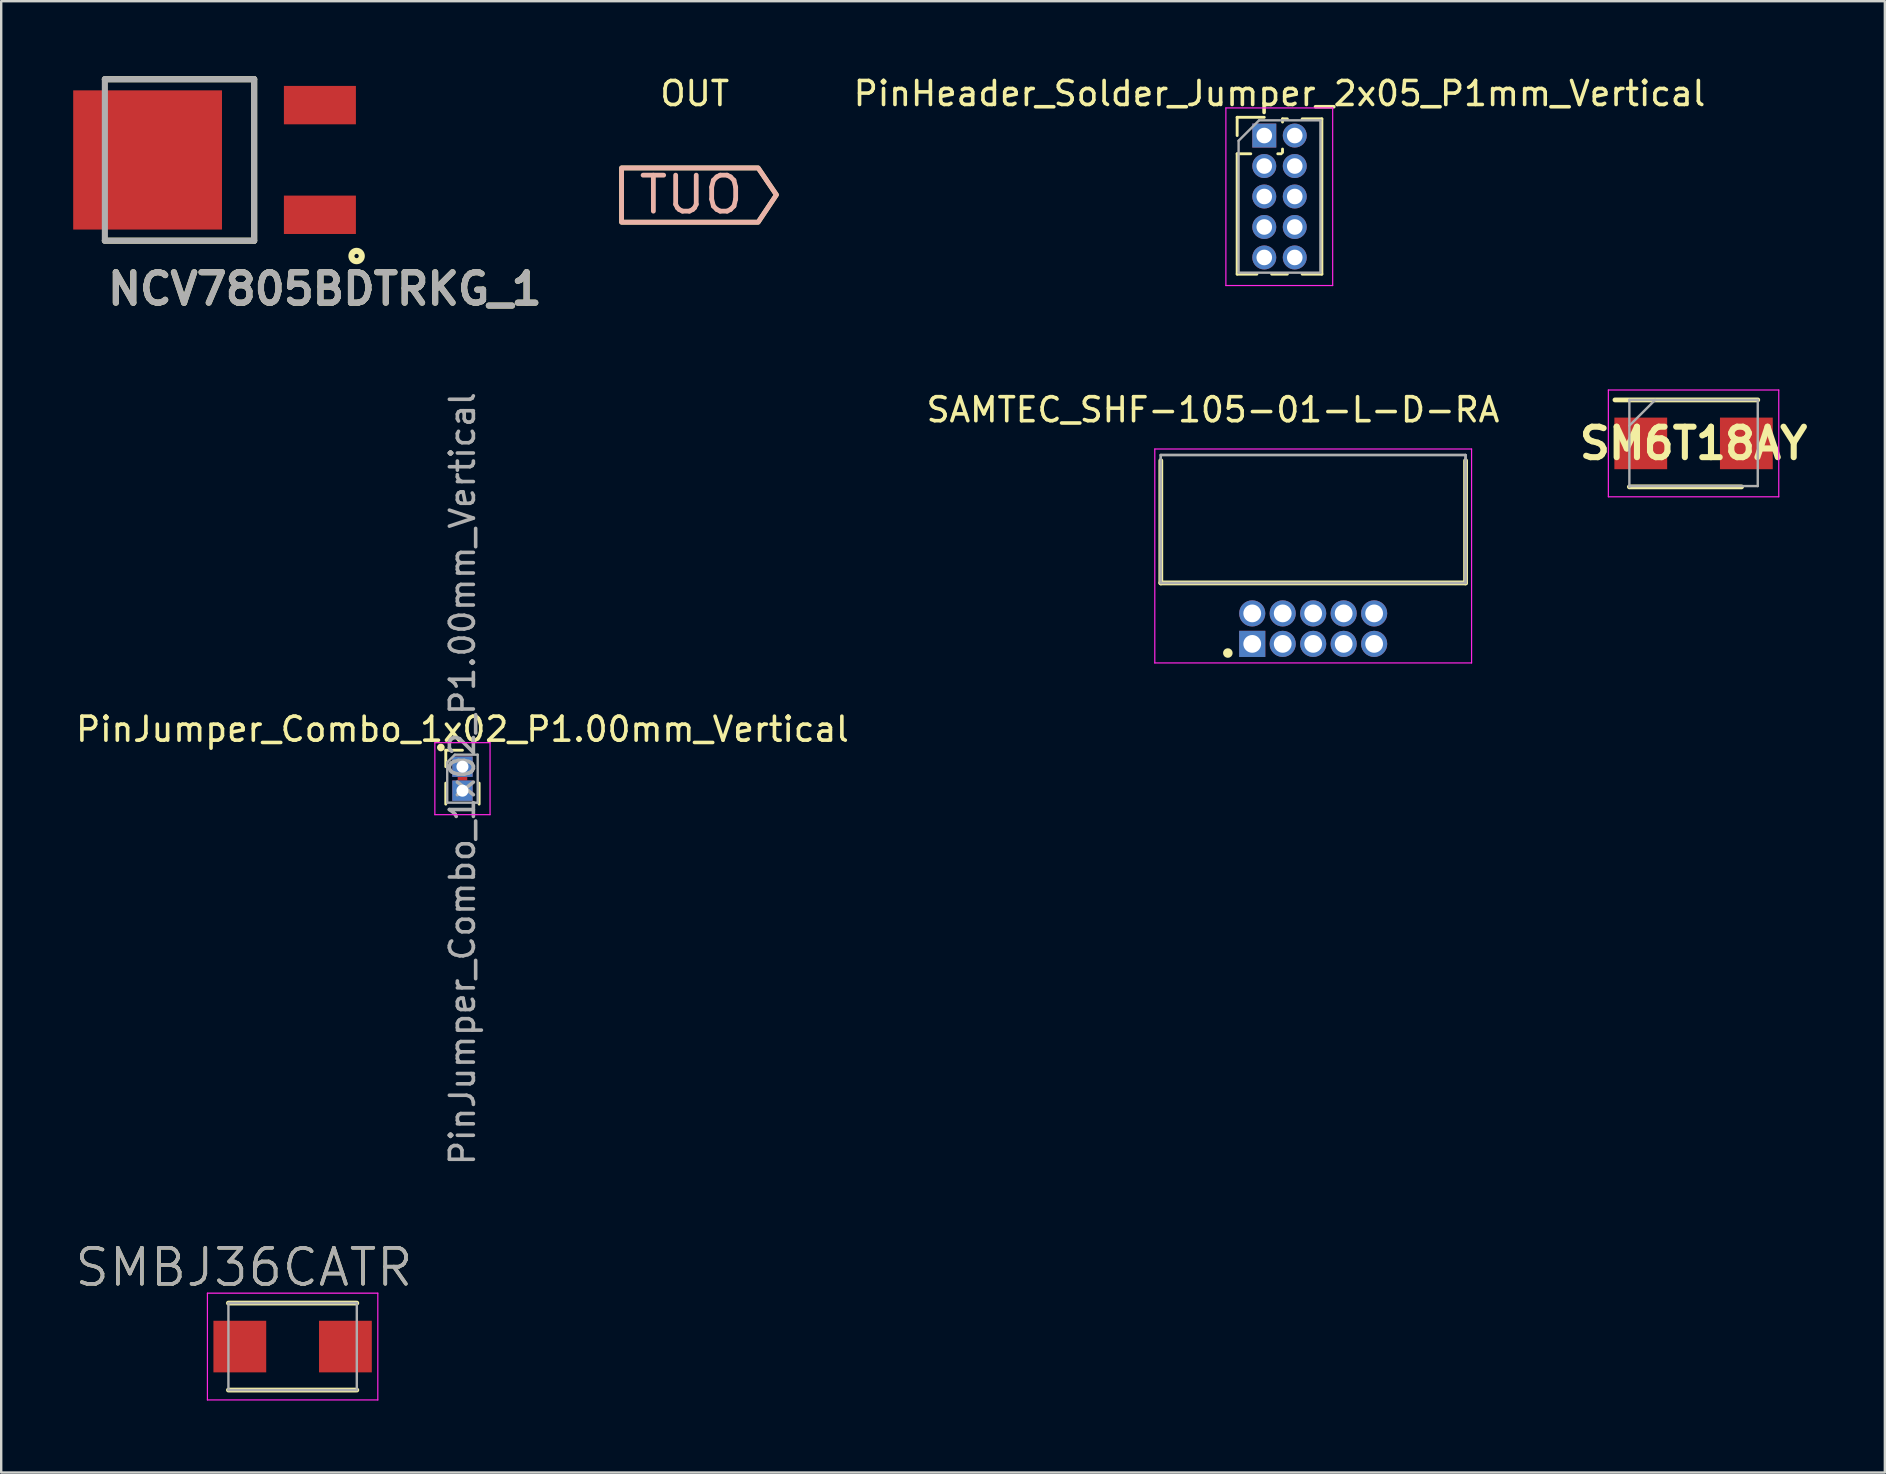
<source format=kicad_pcb>
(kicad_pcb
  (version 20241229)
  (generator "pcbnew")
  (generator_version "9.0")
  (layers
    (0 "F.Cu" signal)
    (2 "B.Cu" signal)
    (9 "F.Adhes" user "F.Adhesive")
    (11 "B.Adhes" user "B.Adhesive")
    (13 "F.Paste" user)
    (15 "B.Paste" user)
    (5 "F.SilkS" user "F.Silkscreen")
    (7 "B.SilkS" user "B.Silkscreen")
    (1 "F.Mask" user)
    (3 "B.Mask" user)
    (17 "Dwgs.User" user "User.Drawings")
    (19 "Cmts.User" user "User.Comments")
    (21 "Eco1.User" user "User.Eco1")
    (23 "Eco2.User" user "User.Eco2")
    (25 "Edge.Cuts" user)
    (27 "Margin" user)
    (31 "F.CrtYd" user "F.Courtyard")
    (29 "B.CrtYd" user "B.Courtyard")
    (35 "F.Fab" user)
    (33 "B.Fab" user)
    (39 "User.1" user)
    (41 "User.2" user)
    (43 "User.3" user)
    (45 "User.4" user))
  (footprint "SAMTEC_SHF-105-01-L-D-RA"
    (layer "F.Cu")
    (at 51.669 23.145)
    (property "Reference" "SAMTEC_SHF-105-01-L-D-RA" (at -4.175 -9.12 0) (layer "F.SilkS") (effects (font (size 1 1) (thickness 0.15))))
    (attr through_hole)
    (fp_line (start -6.35 -1.905) (end -6.35 -7) (stroke (width 0.2) (type solid)) (layer "F.SilkS"))
    (fp_line (start 6.35 -7) (end 6.35 -1.905) (stroke (width 0.2) (type solid)) (layer "F.SilkS"))
    (fp_line (start 6.35 -1.905) (end -6.35 -1.905) (stroke (width 0.2) (type solid)) (layer "F.SilkS"))
    (fp_circle (center -3.556 1.016) (end -3.456 1.016) (stroke (width 0.2) (type solid)) (fill no) (layer "F.SilkS"))
    (fp_line (start -6.6 -7.485) (end 6.6 -7.485) (stroke (width 0.05) (type solid)) (layer "F.CrtYd"))
    (fp_line (start -6.6 1.43) (end -6.6 -7.485) (stroke (width 0.05) (type solid)) (layer "F.CrtYd"))
    (fp_line (start 6.6 -7.485) (end 6.6 1.43) (stroke (width 0.05) (type solid)) (layer "F.CrtYd"))
    (fp_line (start 6.6 1.43) (end -6.6 1.43) (stroke (width 0.05) (type solid)) (layer "F.CrtYd"))
    (fp_line (start -6.35 -7.235) (end 6.35 -7.235) (stroke (width 0.1) (type solid)) (layer "F.Fab"))
    (fp_line (start -6.35 -7.235) (end 6.35 -7.235) (stroke (width 0.1) (type solid)) (layer "F.Fab"))
    (fp_line (start -6.35 -1.905) (end -6.35 -7.235) (stroke (width 0.1) (type solid)) (layer "F.Fab"))
    (fp_line (start -6.35 -1.905) (end -6.35 -7.235) (stroke (width 0.1) (type solid)) (layer "F.Fab"))
    (fp_line (start 6.35 -7.235) (end 6.35 -1.905) (stroke (width 0.1) (type solid)) (layer "F.Fab"))
    (fp_line (start 6.35 -7.235) (end 6.35 -1.905) (stroke (width 0.1) (type solid)) (layer "F.Fab"))
    (fp_line (start 6.35 -1.905) (end -6.35 -1.905) (stroke (width 0.1) (type solid)) (layer "F.Fab"))
    (pad "1" thru_hole rect (at -2.54 0.635) (size 1.09 1.09) (drill 0.74) (layers "*.Cu" "*.Mask"))
    (pad "2" thru_hole circle (at -2.54 -0.635) (size 1.09 1.09) (drill 0.74) (layers "*.Cu" "*.Mask"))
    (pad "3" thru_hole circle (at -1.27 0.635) (size 1.09 1.09) (drill 0.74) (layers "*.Cu" "*.Mask"))
    (pad "4" thru_hole circle (at -1.27 -0.635) (size 1.09 1.09) (drill 0.74) (layers "*.Cu" "*.Mask"))
    (pad "5" thru_hole circle (at 0 0.635) (size 1.09 1.09) (drill 0.74) (layers "*.Cu" "*.Mask"))
    (pad "6" thru_hole circle (at 0 -0.635) (size 1.09 1.09) (drill 0.74) (layers "*.Cu" "*.Mask"))
    (pad "7" thru_hole circle (at 1.27 0.635) (size 1.09 1.09) (drill 0.74) (layers "*.Cu" "*.Mask"))
    (pad "8" thru_hole circle (at 1.27 -0.635) (size 1.09 1.09) (drill 0.74) (layers "*.Cu" "*.Mask"))
    (pad "9" thru_hole circle (at 2.54 0.635) (size 1.09 1.09) (drill 0.74) (layers "*.Cu" "*.Mask"))
    (pad "10" thru_hole circle (at 2.54 -0.635) (size 1.09 1.09) (drill 0.74) (layers "*.Cu" "*.Mask")))
  (footprint "SM6T18AY"
    (layer "F.Cu")
    (at 67.519 15.426)
    (property "Reference" "SM6T18AY" (at 0 0 0) (layer "F.SilkS") (effects (font (size 1.27 1.27) (thickness 0.254))))
    (attr smd)
    (fp_line (start -2.675 1.812) (end 2 1.812) (stroke (width 0.2) (type solid)) (layer "F.SilkS"))
    (fp_line (start 2.675 -1.812) (end -3.275 -1.812) (stroke (width 0.2) (type solid)) (layer "F.SilkS"))
    (fp_line (start -3.55 -2.225) (end 3.55 -2.225) (stroke (width 0.05) (type solid)) (layer "F.CrtYd"))
    (fp_line (start -3.55 2.225) (end -3.55 -2.225) (stroke (width 0.05) (type solid)) (layer "F.CrtYd"))
    (fp_line (start 3.55 -2.225) (end 3.55 2.225) (stroke (width 0.05) (type solid)) (layer "F.CrtYd"))
    (fp_line (start 3.55 2.225) (end -3.55 2.225) (stroke (width 0.05) (type solid)) (layer "F.CrtYd"))
    (fp_line (start -2.675 -1.812) (end 2.675 -1.812) (stroke (width 0.1) (type solid)) (layer "F.Fab"))
    (fp_line (start -2.675 -0.738) (end -1.6 -1.812) (stroke (width 0.1) (type solid)) (layer "F.Fab"))
    (fp_line (start -2.675 1.812) (end -2.675 -1.812) (stroke (width 0.1) (type solid)) (layer "F.Fab"))
    (fp_line (start 2.675 -1.812) (end 2.675 1.778) (stroke (width 0.1) (type solid)) (layer "F.Fab"))
    (fp_line (start 2.675 1.778) (end -2.675 1.778) (stroke (width 0.1) (type solid)) (layer "F.Fab"))
    (pad "1" smd rect (at -2.2 0 90) (size 2.15 2.2) (layers "F.Cu" "F.Mask" "F.Paste"))
    (pad "2" smd rect (at 2.2 0 90) (size 2.15 2.2) (layers "F.Cu" "F.Mask" "F.Paste")))
  (footprint "NCV7805BDTRKG_1"
    (layer "F.Cu")
    (at 7.54 0.25)
    (property "Reference" "NCV7805BDTRKG_1" (at 2.946 8.738 0) (layer "F.SilkS") (effects (font (size 1.27 1.27) (thickness 0.254))))
    (attr smd)
    (fp_line (start -6.22 0) (end 0 0) (stroke (width 0.254) (type solid)) (layer "F.SilkS"))
    (fp_line (start 0 0) (end 0 6.73) (stroke (width 0.254) (type solid)) (layer "F.SilkS"))
    (fp_line (start 0 6.73) (end -6.22 6.73) (stroke (width 0.254) (type solid)) (layer "F.SilkS"))
    (fp_circle (center 4.269 7.368) (end 4.269 7.457) (stroke (width 0.254) (type solid)) (fill no) (layer "F.SilkS"))
    (fp_line (start -6.22 0) (end 0 0) (stroke (width 0.254) (type solid)) (layer "F.Fab"))
    (fp_line (start -6.22 6.73) (end -6.22 0) (stroke (width 0.254) (type solid)) (layer "F.Fab"))
    (fp_line (start 0 0) (end 0 6.73) (stroke (width 0.254) (type solid)) (layer "F.Fab"))
    (fp_line (start 0 6.73) (end -6.22 6.73) (stroke (width 0.254) (type solid)) (layer "F.Fab"))
    (fp_text user "${REFERENCE}" (at 2.946 8.738 0) (layer "F.Fab") (effects (font (size 1.27 1.27) (thickness 0.254))))
    (pad "1" smd rect (at 2.74 5.65 90) (size 1.6 3) (layers "F.Cu" "F.Mask" "F.Paste"))
    (pad "2" smd rect (at 2.74 1.08 90) (size 1.6 3) (layers "F.Cu" "F.Mask" "F.Paste"))
    (pad "3" smd rect (at -4.44 3.365 90) (size 5.8 6.2) (layers "F.Cu" "F.Mask" "F.Paste")))
  (footprint "PinHeader_Solder_Jumper_2x05_P1mm_Vertical"
    (layer "F.Cu")
    (at 49.631 2.598)
    (property "Reference" "PinHeader_Solder_Jumper_2x05_P1mm_Vertical" (at 0.635 -1.75 0) (layer "F.SilkS") (effects (font (size 1 1) (thickness 0.15))))
    (attr through_hole)
    (fp_line (start -1.13 -0.76) (end 0 -0.76) (stroke (width 0.12) (type solid)) (layer "F.SilkS"))
    (fp_line (start -1.13 0) (end -1.13 -0.76) (stroke (width 0.12) (type solid)) (layer "F.SilkS"))
    (fp_line (start -1.13 0.76) (end -1.13 5.775) (stroke (width 0.12) (type solid)) (layer "F.SilkS"))
    (fp_line (start -1.13 0.76) (end -0.563 0.76) (stroke (width 0.12) (type solid)) (layer "F.SilkS"))
    (fp_line (start -1.13 5.775) (end -0.308 5.775) (stroke (width 0.12) (type solid)) (layer "F.SilkS"))
    (fp_line (start 0.308 5.775) (end 0.962 5.775) (stroke (width 0.12) (type solid)) (layer "F.SilkS"))
    (fp_line (start 0.563 0.76) (end 0.707 0.76) (stroke (width 0.12) (type solid)) (layer "F.SilkS"))
    (fp_line (start 0.76 -0.695) (end 0.962 -0.695) (stroke (width 0.12) (type solid)) (layer "F.SilkS"))
    (fp_line (start 0.76 -0.563) (end 0.76 -0.695) (stroke (width 0.12) (type solid)) (layer "F.SilkS"))
    (fp_line (start 0.76 0.707) (end 0.76 0.563) (stroke (width 0.12) (type solid)) (layer "F.SilkS"))
    (fp_line (start 1.578 -0.695) (end 2.4 -0.695) (stroke (width 0.12) (type solid)) (layer "F.SilkS"))
    (fp_line (start 1.578 5.775) (end 2.4 5.775) (stroke (width 0.12) (type solid)) (layer "F.SilkS"))
    (fp_line (start 2.4 -0.695) (end 2.4 5.775) (stroke (width 0.12) (type solid)) (layer "F.SilkS"))
    (fp_line (start -1.6 -1.15) (end -1.6 6.25) (stroke (width 0.05) (type solid)) (layer "F.CrtYd"))
    (fp_line (start -1.6 6.25) (end 2.85 6.25) (stroke (width 0.05) (type solid)) (layer "F.CrtYd"))
    (fp_line (start 2.85 -1.15) (end -1.6 -1.15) (stroke (width 0.05) (type solid)) (layer "F.CrtYd"))
    (fp_line (start 2.85 6.25) (end 2.85 -1.15) (stroke (width 0.05) (type solid)) (layer "F.CrtYd"))
    (fp_line (start -1.07 0.217) (end -0.217 -0.635) (stroke (width 0.1) (type solid)) (layer "F.Fab"))
    (fp_line (start -1.07 5.715) (end -1.07 0.217) (stroke (width 0.1) (type solid)) (layer "F.Fab"))
    (fp_line (start -0.217 -0.635) (end 2.34 -0.635) (stroke (width 0.1) (type solid)) (layer "F.Fab"))
    (fp_line (start 2.34 -0.635) (end 2.34 5.715) (stroke (width 0.1) (type solid)) (layer "F.Fab"))
    (fp_line (start 2.34 5.715) (end -1.07 5.715) (stroke (width 0.1) (type solid)) (layer "F.Fab"))
    (pad "1" thru_hole rect (at 0 0) (size 1 1) (drill 0.65) (layers "*.Cu" "*.Mask"))
    (pad "2" thru_hole oval (at 1.27 0) (size 1 1) (drill 0.65) (layers "*.Cu" "*.Mask"))
    (pad "3" thru_hole oval (at 0 1.27) (size 1 1) (drill 0.65) (layers "*.Cu" "*.Mask"))
    (pad "4" thru_hole oval (at 1.27 1.27) (size 1 1) (drill 0.65) (layers "*.Cu" "*.Mask"))
    (pad "5" thru_hole oval (at 0 2.54) (size 1 1) (drill 0.65) (layers "*.Cu" "*.Mask"))
    (pad "6" thru_hole oval (at 1.27 2.54) (size 1 1) (drill 0.65) (layers "*.Cu" "*.Mask"))
    (pad "7" thru_hole oval (at 0 3.81) (size 1 1) (drill 0.65) (layers "*.Cu" "*.Mask"))
    (pad "8" thru_hole oval (at 1.27 3.81) (size 1 1) (drill 0.65) (layers "*.Cu" "*.Mask"))
    (pad "9" thru_hole oval (at 0 5.08) (size 1 1) (drill 0.65) (layers "*.Cu" "*.Mask"))
    (pad "10" thru_hole oval (at 1.27 5.08) (size 1 1) (drill 0.65) (layers "*.Cu" "*.Mask")))
  (footprint "PinJumper_Combo_1x02_P1.00mm_Vertical"
    (layer "F.Cu")
    (at 16.22 28.897)
    (property "Reference" "PinJumper_Combo_1x02_P1.00mm_Vertical" (at 0 -1.56 0) (layer "F.SilkS") (effects (font (size 1 1) (thickness 0.15))))
    (attr through_hole)
    (fp_rect (start -0.2 0.424) (end 0.2 0.576) (stroke (width 0) (type solid)) (fill yes) (layer "F.Cu"))
    (fp_line (start -0.695 -0.685) (end 0 -0.685) (stroke (width 0.12) (type solid)) (layer "F.SilkS"))
    (fp_line (start -0.695 0) (end -0.695 -0.685) (stroke (width 0.12) (type solid)) (layer "F.SilkS"))
    (fp_line (start -0.695 0.685) (end -0.695 1.56) (stroke (width 0.12) (type solid)) (layer "F.SilkS"))
    (fp_line (start 0.695 0.685) (end 0.695 1.56) (stroke (width 0.12) (type solid)) (layer "F.SilkS"))
    (fp_circle (center -0.9 -0.8) (end -0.8 -0.8) (stroke (width 0.12) (type solid)) (fill yes) (layer "F.SilkS"))
    (fp_line (start -1.15 -1) (end -1.15 2) (stroke (width 0.05) (type solid)) (layer "F.CrtYd"))
    (fp_line (start -1.15 2) (end 1.15 2) (stroke (width 0.05) (type solid)) (layer "F.CrtYd"))
    (fp_line (start 1.15 -1) (end -1.15 -1) (stroke (width 0.05) (type solid)) (layer "F.CrtYd"))
    (fp_line (start 1.15 2) (end 1.15 -1) (stroke (width 0.05) (type solid)) (layer "F.CrtYd"))
    (fp_line (start -0.635 -0.182) (end -0.318 -0.5) (stroke (width 0.1) (type solid)) (layer "F.Fab"))
    (fp_line (start -0.635 1.5) (end -0.635 -0.182) (stroke (width 0.1) (type solid)) (layer "F.Fab"))
    (fp_line (start -0.318 -0.5) (end 0.635 -0.5) (stroke (width 0.1) (type solid)) (layer "F.Fab"))
    (fp_line (start 0.635 -0.5) (end 0.635 1.5) (stroke (width 0.1) (type solid)) (layer "F.Fab"))
    (fp_line (start 0.635 1.5) (end -0.635 1.5) (stroke (width 0.1) (type solid)) (layer "F.Fab"))
    (fp_text user "${REFERENCE}" (at 0 0.5 90) (layer "F.Fab") (effects (font (size 1 1) (thickness 0.15))))
    (pad "1" thru_hole rect (at 0 0) (size 0.85 0.85) (drill 0.5) (layers "*.Cu" "*.Mask"))
    (pad "2" thru_hole rect (at 0 1) (size 0.85 0.85) (drill 0.5) (layers "*.Cu" "*.Mask")))
  (footprint "OUT"
    (layer "F.Cu")
    (at 25.747 5.065)
    (property "Reference" "OUT" (at 0.152 -4.216 0) (unlocked yes) (layer "F.SilkS") (effects (font (size 1 1) (thickness 0.15))))
    (property "Value" "OUT" (at 0.127 0.076 0) (layer "F.SilkS") (hide yes) (effects (font (size 1.5 1.5) (thickness 0.2))))
    (attr board_only exclude_from_pos_files exclude_from_bom allow_missing_courtyard)
    (fp_poly (pts (xy -2.896 1.143) (xy -2.896 -1.118) (xy 2.794 -1.118) (xy 3.556 0.003) (xy 2.794 1.143)) (stroke (width 0.2) (type solid)) (fill no) (layer "F.SilkS"))
    (fp_poly (pts (xy -2.896 1.143) (xy -2.896 -1.118) (xy 2.794 -1.118) (xy 3.556 0.003) (xy 2.794 1.143)) (stroke (width 0.2) (type solid)) (fill no) (layer "B.SilkS"))
    (fp_text user "${VALUE}" (at 0 0 0) (unlocked yes) (layer "B.SilkS") (effects (font (size 1.5 1.5) (thickness 0.2)) (justify mirror))))
  (footprint "SMBJ36CATR"
    (layer "F.Cu")
    (at 9.143 53.06)
    (property "Reference" "SMBJ36CATR" (at -2.032 -3.302 0) (layer "F.SilkS") (effects (font (size 1.5 1.5) (thickness 0.15))))
    (attr smd)
    (fp_line (start -2.675 -1.812) (end 2.675 -1.812) (stroke (width 0.2) (type solid)) (layer "F.SilkS"))
    (fp_line (start -2.675 1.812) (end 2.675 1.812) (stroke (width 0.2) (type solid)) (layer "F.SilkS"))
    (fp_line (start -3.55 -2.225) (end 3.55 -2.225) (stroke (width 0.05) (type solid)) (layer "F.CrtYd"))
    (fp_line (start -3.55 2.225) (end -3.55 -2.225) (stroke (width 0.05) (type solid)) (layer "F.CrtYd"))
    (fp_line (start 3.55 -2.225) (end 3.55 2.225) (stroke (width 0.05) (type solid)) (layer "F.CrtYd"))
    (fp_line (start 3.55 2.225) (end -3.55 2.225) (stroke (width 0.05) (type solid)) (layer "F.CrtYd"))
    (fp_line (start -2.675 -1.812) (end 2.675 -1.812) (stroke (width 0.1) (type solid)) (layer "F.Fab"))
    (fp_line (start -2.675 1.812) (end -2.675 -1.812) (stroke (width 0.1) (type solid)) (layer "F.Fab"))
    (fp_line (start 2.675 -1.812) (end 2.675 1.812) (stroke (width 0.1) (type solid)) (layer "F.Fab"))
    (fp_line (start 2.675 1.812) (end -2.675 1.812) (stroke (width 0.1) (type solid)) (layer "F.Fab"))
    (fp_text user "${REFERENCE}" (at -2.032 -3.302 0) (layer "F.Fab") (effects (font (size 1.5 1.5) (thickness 0.15))))
    (pad "1" smd rect (at -2.2 0 90) (size 2.15 2.2) (layers "F.Cu" "F.Mask" "F.Paste"))
    (pad "2" smd rect (at 2.2 0 90) (size 2.15 2.2) (layers "F.Cu" "F.Mask" "F.Paste")))
  (gr_rect
    (start -3 -3)
    (end 75.49 58.31)
    (stroke (width 0.1) (type default))
    (fill no)
    (layer "Edge.Cuts")))
</source>
